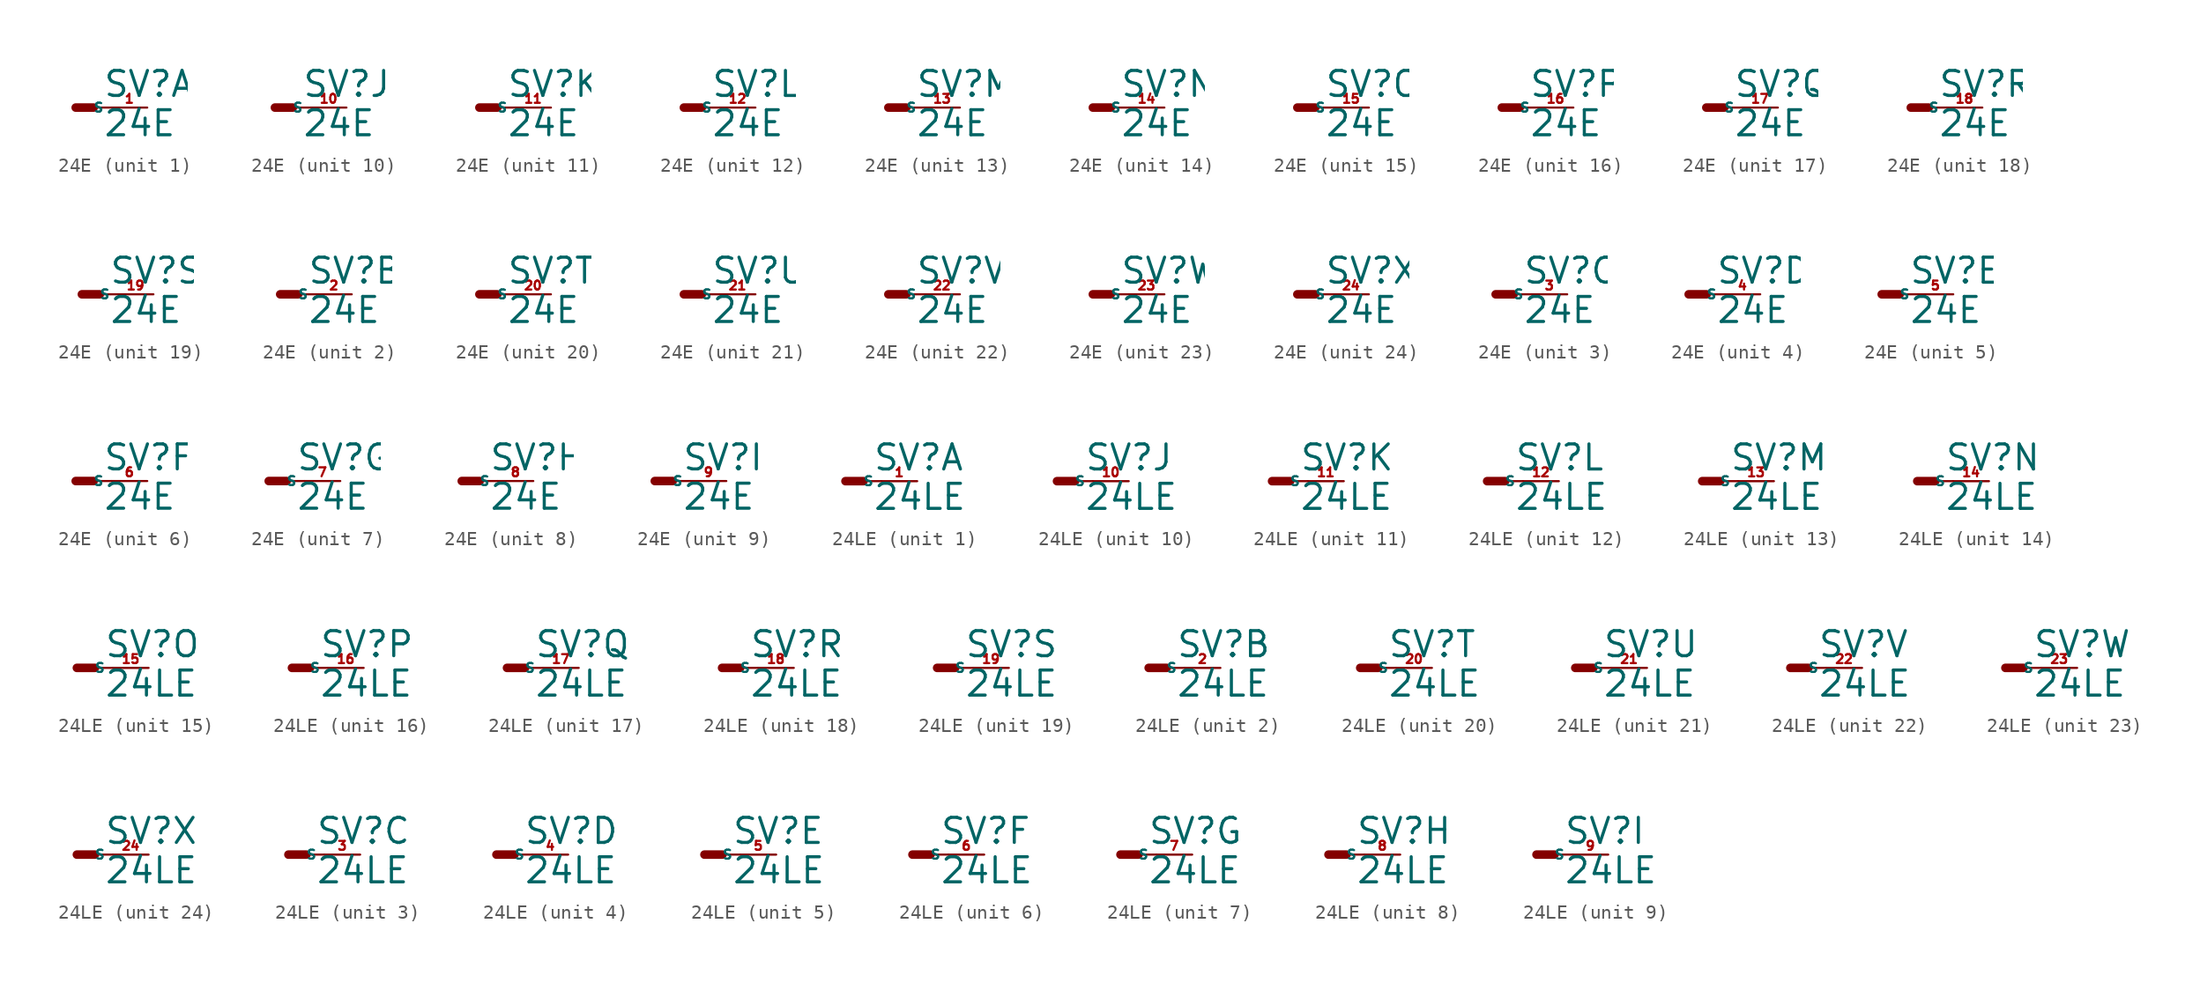
<source format=kicad_sym>
(kicad_symbol_lib
  (version 20220914)
  (generator Eagle2Kicad)
  (symbol "24E"
    (property "Reference" "SV"
      (at 1.905 0.635 0)
      (effects (font (size 1.778 1.778) (thickness 0.22)) (justify left bottom)))
    (property "Value" "24E"
      (at 1.905 -2.159 0)
      (effects (font (size 1.778 1.778) (thickness 0.22)) (justify left bottom)))
    (symbol "24E_1_0"
      (polyline (pts (xy 0 0) (xy 1.27 0)) (stroke (width 0.61) (type default)) (fill (type none)))
      (polyline (pts (xy 2.54 0) (xy 1.27 0)) (stroke (width 0.152) (type default)) (fill (type none)))
      (pin passive line (at 5.08 0 180) (length 2.54) (name "S" (effects (font (size 0.635 0.635) (thickness 0.08)) (justify left bottom))) (number "1" (effects (font (size 0.635 0.635) (thickness 0.08)) (justify left bottom)))))
    (symbol "24E_2_0"
      (polyline (pts (xy 0 0) (xy 1.27 0)) (stroke (width 0.61) (type default)) (fill (type none)))
      (polyline (pts (xy 2.54 0) (xy 1.27 0)) (stroke (width 0.152) (type default)) (fill (type none)))
      (pin passive line (at 5.08 0 180) (length 2.54) (name "S" (effects (font (size 0.635 0.635) (thickness 0.08)) (justify left bottom))) (number "2" (effects (font (size 0.635 0.635) (thickness 0.08)) (justify left bottom)))))
    (symbol "24E_3_0"
      (polyline (pts (xy 0 0) (xy 1.27 0)) (stroke (width 0.61) (type default)) (fill (type none)))
      (polyline (pts (xy 2.54 0) (xy 1.27 0)) (stroke (width 0.152) (type default)) (fill (type none)))
      (pin passive line (at 5.08 0 180) (length 2.54) (name "S" (effects (font (size 0.635 0.635) (thickness 0.08)) (justify left bottom))) (number "3" (effects (font (size 0.635 0.635) (thickness 0.08)) (justify left bottom)))))
    (symbol "24E_4_0"
      (polyline (pts (xy 0 0) (xy 1.27 0)) (stroke (width 0.61) (type default)) (fill (type none)))
      (polyline (pts (xy 2.54 0) (xy 1.27 0)) (stroke (width 0.152) (type default)) (fill (type none)))
      (pin passive line (at 5.08 0 180) (length 2.54) (name "S" (effects (font (size 0.635 0.635) (thickness 0.08)) (justify left bottom))) (number "4" (effects (font (size 0.635 0.635) (thickness 0.08)) (justify left bottom)))))
    (symbol "24E_5_0"
      (polyline (pts (xy 0 0) (xy 1.27 0)) (stroke (width 0.61) (type default)) (fill (type none)))
      (polyline (pts (xy 2.54 0) (xy 1.27 0)) (stroke (width 0.152) (type default)) (fill (type none)))
      (pin passive line (at 5.08 0 180) (length 2.54) (name "S" (effects (font (size 0.635 0.635) (thickness 0.08)) (justify left bottom))) (number "5" (effects (font (size 0.635 0.635) (thickness 0.08)) (justify left bottom)))))
    (symbol "24E_6_0"
      (polyline (pts (xy 0 0) (xy 1.27 0)) (stroke (width 0.61) (type default)) (fill (type none)))
      (polyline (pts (xy 2.54 0) (xy 1.27 0)) (stroke (width 0.152) (type default)) (fill (type none)))
      (pin passive line (at 5.08 0 180) (length 2.54) (name "S" (effects (font (size 0.635 0.635) (thickness 0.08)) (justify left bottom))) (number "6" (effects (font (size 0.635 0.635) (thickness 0.08)) (justify left bottom)))))
    (symbol "24E_7_0"
      (polyline (pts (xy 0 0) (xy 1.27 0)) (stroke (width 0.61) (type default)) (fill (type none)))
      (polyline (pts (xy 2.54 0) (xy 1.27 0)) (stroke (width 0.152) (type default)) (fill (type none)))
      (pin passive line (at 5.08 0 180) (length 2.54) (name "S" (effects (font (size 0.635 0.635) (thickness 0.08)) (justify left bottom))) (number "7" (effects (font (size 0.635 0.635) (thickness 0.08)) (justify left bottom)))))
    (symbol "24E_8_0"
      (polyline (pts (xy 0 0) (xy 1.27 0)) (stroke (width 0.61) (type default)) (fill (type none)))
      (polyline (pts (xy 2.54 0) (xy 1.27 0)) (stroke (width 0.152) (type default)) (fill (type none)))
      (pin passive line (at 5.08 0 180) (length 2.54) (name "S" (effects (font (size 0.635 0.635) (thickness 0.08)) (justify left bottom))) (number "8" (effects (font (size 0.635 0.635) (thickness 0.08)) (justify left bottom)))))
    (symbol "24E_9_0"
      (polyline (pts (xy 0 0) (xy 1.27 0)) (stroke (width 0.61) (type default)) (fill (type none)))
      (polyline (pts (xy 2.54 0) (xy 1.27 0)) (stroke (width 0.152) (type default)) (fill (type none)))
      (pin passive line (at 5.08 0 180) (length 2.54) (name "S" (effects (font (size 0.635 0.635) (thickness 0.08)) (justify left bottom))) (number "9" (effects (font (size 0.635 0.635) (thickness 0.08)) (justify left bottom)))))
    (symbol "24E_10_0"
      (polyline (pts (xy 0 0) (xy 1.27 0)) (stroke (width 0.61) (type default)) (fill (type none)))
      (polyline (pts (xy 2.54 0) (xy 1.27 0)) (stroke (width 0.152) (type default)) (fill (type none)))
      (pin passive line (at 5.08 0 180) (length 2.54) (name "S" (effects (font (size 0.635 0.635) (thickness 0.08)) (justify left bottom))) (number "10" (effects (font (size 0.635 0.635) (thickness 0.08)) (justify left bottom)))))
    (symbol "24E_11_0"
      (polyline (pts (xy 0 0) (xy 1.27 0)) (stroke (width 0.61) (type default)) (fill (type none)))
      (polyline (pts (xy 2.54 0) (xy 1.27 0)) (stroke (width 0.152) (type default)) (fill (type none)))
      (pin passive line (at 5.08 0 180) (length 2.54) (name "S" (effects (font (size 0.635 0.635) (thickness 0.08)) (justify left bottom))) (number "11" (effects (font (size 0.635 0.635) (thickness 0.08)) (justify left bottom)))))
    (symbol "24E_12_0"
      (polyline (pts (xy 0 0) (xy 1.27 0)) (stroke (width 0.61) (type default)) (fill (type none)))
      (polyline (pts (xy 2.54 0) (xy 1.27 0)) (stroke (width 0.152) (type default)) (fill (type none)))
      (pin passive line (at 5.08 0 180) (length 2.54) (name "S" (effects (font (size 0.635 0.635) (thickness 0.08)) (justify left bottom))) (number "12" (effects (font (size 0.635 0.635) (thickness 0.08)) (justify left bottom)))))
    (symbol "24E_13_0"
      (polyline (pts (xy 0 0) (xy 1.27 0)) (stroke (width 0.61) (type default)) (fill (type none)))
      (polyline (pts (xy 2.54 0) (xy 1.27 0)) (stroke (width 0.152) (type default)) (fill (type none)))
      (pin passive line (at 5.08 0 180) (length 2.54) (name "S" (effects (font (size 0.635 0.635) (thickness 0.08)) (justify left bottom))) (number "13" (effects (font (size 0.635 0.635) (thickness 0.08)) (justify left bottom)))))
    (symbol "24E_14_0"
      (polyline (pts (xy 0 0) (xy 1.27 0)) (stroke (width 0.61) (type default)) (fill (type none)))
      (polyline (pts (xy 2.54 0) (xy 1.27 0)) (stroke (width 0.152) (type default)) (fill (type none)))
      (pin passive line (at 5.08 0 180) (length 2.54) (name "S" (effects (font (size 0.635 0.635) (thickness 0.08)) (justify left bottom))) (number "14" (effects (font (size 0.635 0.635) (thickness 0.08)) (justify left bottom)))))
    (symbol "24E_15_0"
      (polyline (pts (xy 0 0) (xy 1.27 0)) (stroke (width 0.61) (type default)) (fill (type none)))
      (polyline (pts (xy 2.54 0) (xy 1.27 0)) (stroke (width 0.152) (type default)) (fill (type none)))
      (pin passive line (at 5.08 0 180) (length 2.54) (name "S" (effects (font (size 0.635 0.635) (thickness 0.08)) (justify left bottom))) (number "15" (effects (font (size 0.635 0.635) (thickness 0.08)) (justify left bottom)))))
    (symbol "24E_16_0"
      (polyline (pts (xy 0 0) (xy 1.27 0)) (stroke (width 0.61) (type default)) (fill (type none)))
      (polyline (pts (xy 2.54 0) (xy 1.27 0)) (stroke (width 0.152) (type default)) (fill (type none)))
      (pin passive line (at 5.08 0 180) (length 2.54) (name "S" (effects (font (size 0.635 0.635) (thickness 0.08)) (justify left bottom))) (number "16" (effects (font (size 0.635 0.635) (thickness 0.08)) (justify left bottom)))))
    (symbol "24E_17_0"
      (polyline (pts (xy 0 0) (xy 1.27 0)) (stroke (width 0.61) (type default)) (fill (type none)))
      (polyline (pts (xy 2.54 0) (xy 1.27 0)) (stroke (width 0.152) (type default)) (fill (type none)))
      (pin passive line (at 5.08 0 180) (length 2.54) (name "S" (effects (font (size 0.635 0.635) (thickness 0.08)) (justify left bottom))) (number "17" (effects (font (size 0.635 0.635) (thickness 0.08)) (justify left bottom)))))
    (symbol "24E_18_0"
      (polyline (pts (xy 0 0) (xy 1.27 0)) (stroke (width 0.61) (type default)) (fill (type none)))
      (polyline (pts (xy 2.54 0) (xy 1.27 0)) (stroke (width 0.152) (type default)) (fill (type none)))
      (pin passive line (at 5.08 0 180) (length 2.54) (name "S" (effects (font (size 0.635 0.635) (thickness 0.08)) (justify left bottom))) (number "18" (effects (font (size 0.635 0.635) (thickness 0.08)) (justify left bottom)))))
    (symbol "24E_19_0"
      (polyline (pts (xy 0 0) (xy 1.27 0)) (stroke (width 0.61) (type default)) (fill (type none)))
      (polyline (pts (xy 2.54 0) (xy 1.27 0)) (stroke (width 0.152) (type default)) (fill (type none)))
      (pin passive line (at 5.08 0 180) (length 2.54) (name "S" (effects (font (size 0.635 0.635) (thickness 0.08)) (justify left bottom))) (number "19" (effects (font (size 0.635 0.635) (thickness 0.08)) (justify left bottom)))))
    (symbol "24E_20_0"
      (polyline (pts (xy 0 0) (xy 1.27 0)) (stroke (width 0.61) (type default)) (fill (type none)))
      (polyline (pts (xy 2.54 0) (xy 1.27 0)) (stroke (width 0.152) (type default)) (fill (type none)))
      (pin passive line (at 5.08 0 180) (length 2.54) (name "S" (effects (font (size 0.635 0.635) (thickness 0.08)) (justify left bottom))) (number "20" (effects (font (size 0.635 0.635) (thickness 0.08)) (justify left bottom)))))
    (symbol "24E_21_0"
      (polyline (pts (xy 0 0) (xy 1.27 0)) (stroke (width 0.61) (type default)) (fill (type none)))
      (polyline (pts (xy 2.54 0) (xy 1.27 0)) (stroke (width 0.152) (type default)) (fill (type none)))
      (pin passive line (at 5.08 0 180) (length 2.54) (name "S" (effects (font (size 0.635 0.635) (thickness 0.08)) (justify left bottom))) (number "21" (effects (font (size 0.635 0.635) (thickness 0.08)) (justify left bottom)))))
    (symbol "24E_22_0"
      (polyline (pts (xy 0 0) (xy 1.27 0)) (stroke (width 0.61) (type default)) (fill (type none)))
      (polyline (pts (xy 2.54 0) (xy 1.27 0)) (stroke (width 0.152) (type default)) (fill (type none)))
      (pin passive line (at 5.08 0 180) (length 2.54) (name "S" (effects (font (size 0.635 0.635) (thickness 0.08)) (justify left bottom))) (number "22" (effects (font (size 0.635 0.635) (thickness 0.08)) (justify left bottom)))))
    (symbol "24E_23_0"
      (polyline (pts (xy 0 0) (xy 1.27 0)) (stroke (width 0.61) (type default)) (fill (type none)))
      (polyline (pts (xy 2.54 0) (xy 1.27 0)) (stroke (width 0.152) (type default)) (fill (type none)))
      (pin passive line (at 5.08 0 180) (length 2.54) (name "S" (effects (font (size 0.635 0.635) (thickness 0.08)) (justify left bottom))) (number "23" (effects (font (size 0.635 0.635) (thickness 0.08)) (justify left bottom)))))
    (symbol "24E_24_0"
      (polyline (pts (xy 0 0) (xy 1.27 0)) (stroke (width 0.61) (type default)) (fill (type none)))
      (polyline (pts (xy 2.54 0) (xy 1.27 0)) (stroke (width 0.152) (type default)) (fill (type none)))
      (pin passive line (at 5.08 0 180) (length 2.54) (name "S" (effects (font (size 0.635 0.635) (thickness 0.08)) (justify left bottom))) (number "24" (effects (font (size 0.635 0.635) (thickness 0.08)) (justify left bottom))))))
  (symbol "24LE"
    (property "Reference" "SV"
      (at 1.905 0.635 0)
      (effects (font (size 1.778 1.778) (thickness 0.22)) (justify left bottom)))
    (property "Value" "24LE"
      (at 1.905 -2.159 0)
      (effects (font (size 1.778 1.778) (thickness 0.22)) (justify left bottom)))
    (symbol "24LE_1_0"
      (polyline (pts (xy 0 0) (xy 1.27 0)) (stroke (width 0.61) (type default)) (fill (type none)))
      (polyline (pts (xy 2.54 0) (xy 1.27 0)) (stroke (width 0.152) (type default)) (fill (type none)))
      (pin passive line (at 5.08 0 180) (length 2.54) (name "S" (effects (font (size 0.635 0.635) (thickness 0.08)) (justify left bottom))) (number "1" (effects (font (size 0.635 0.635) (thickness 0.08)) (justify left bottom)))))
    (symbol "24LE_2_0"
      (polyline (pts (xy 0 0) (xy 1.27 0)) (stroke (width 0.61) (type default)) (fill (type none)))
      (polyline (pts (xy 2.54 0) (xy 1.27 0)) (stroke (width 0.152) (type default)) (fill (type none)))
      (pin passive line (at 5.08 0 180) (length 2.54) (name "S" (effects (font (size 0.635 0.635) (thickness 0.08)) (justify left bottom))) (number "2" (effects (font (size 0.635 0.635) (thickness 0.08)) (justify left bottom)))))
    (symbol "24LE_3_0"
      (polyline (pts (xy 0 0) (xy 1.27 0)) (stroke (width 0.61) (type default)) (fill (type none)))
      (polyline (pts (xy 2.54 0) (xy 1.27 0)) (stroke (width 0.152) (type default)) (fill (type none)))
      (pin passive line (at 5.08 0 180) (length 2.54) (name "S" (effects (font (size 0.635 0.635) (thickness 0.08)) (justify left bottom))) (number "3" (effects (font (size 0.635 0.635) (thickness 0.08)) (justify left bottom)))))
    (symbol "24LE_4_0"
      (polyline (pts (xy 0 0) (xy 1.27 0)) (stroke (width 0.61) (type default)) (fill (type none)))
      (polyline (pts (xy 2.54 0) (xy 1.27 0)) (stroke (width 0.152) (type default)) (fill (type none)))
      (pin passive line (at 5.08 0 180) (length 2.54) (name "S" (effects (font (size 0.635 0.635) (thickness 0.08)) (justify left bottom))) (number "4" (effects (font (size 0.635 0.635) (thickness 0.08)) (justify left bottom)))))
    (symbol "24LE_5_0"
      (polyline (pts (xy 0 0) (xy 1.27 0)) (stroke (width 0.61) (type default)) (fill (type none)))
      (polyline (pts (xy 2.54 0) (xy 1.27 0)) (stroke (width 0.152) (type default)) (fill (type none)))
      (pin passive line (at 5.08 0 180) (length 2.54) (name "S" (effects (font (size 0.635 0.635) (thickness 0.08)) (justify left bottom))) (number "5" (effects (font (size 0.635 0.635) (thickness 0.08)) (justify left bottom)))))
    (symbol "24LE_6_0"
      (polyline (pts (xy 0 0) (xy 1.27 0)) (stroke (width 0.61) (type default)) (fill (type none)))
      (polyline (pts (xy 2.54 0) (xy 1.27 0)) (stroke (width 0.152) (type default)) (fill (type none)))
      (pin passive line (at 5.08 0 180) (length 2.54) (name "S" (effects (font (size 0.635 0.635) (thickness 0.08)) (justify left bottom))) (number "6" (effects (font (size 0.635 0.635) (thickness 0.08)) (justify left bottom)))))
    (symbol "24LE_7_0"
      (polyline (pts (xy 0 0) (xy 1.27 0)) (stroke (width 0.61) (type default)) (fill (type none)))
      (polyline (pts (xy 2.54 0) (xy 1.27 0)) (stroke (width 0.152) (type default)) (fill (type none)))
      (pin passive line (at 5.08 0 180) (length 2.54) (name "S" (effects (font (size 0.635 0.635) (thickness 0.08)) (justify left bottom))) (number "7" (effects (font (size 0.635 0.635) (thickness 0.08)) (justify left bottom)))))
    (symbol "24LE_8_0"
      (polyline (pts (xy 0 0) (xy 1.27 0)) (stroke (width 0.61) (type default)) (fill (type none)))
      (polyline (pts (xy 2.54 0) (xy 1.27 0)) (stroke (width 0.152) (type default)) (fill (type none)))
      (pin passive line (at 5.08 0 180) (length 2.54) (name "S" (effects (font (size 0.635 0.635) (thickness 0.08)) (justify left bottom))) (number "8" (effects (font (size 0.635 0.635) (thickness 0.08)) (justify left bottom)))))
    (symbol "24LE_9_0"
      (polyline (pts (xy 0 0) (xy 1.27 0)) (stroke (width 0.61) (type default)) (fill (type none)))
      (polyline (pts (xy 2.54 0) (xy 1.27 0)) (stroke (width 0.152) (type default)) (fill (type none)))
      (pin passive line (at 5.08 0 180) (length 2.54) (name "S" (effects (font (size 0.635 0.635) (thickness 0.08)) (justify left bottom))) (number "9" (effects (font (size 0.635 0.635) (thickness 0.08)) (justify left bottom)))))
    (symbol "24LE_10_0"
      (polyline (pts (xy 0 0) (xy 1.27 0)) (stroke (width 0.61) (type default)) (fill (type none)))
      (polyline (pts (xy 2.54 0) (xy 1.27 0)) (stroke (width 0.152) (type default)) (fill (type none)))
      (pin passive line (at 5.08 0 180) (length 2.54) (name "S" (effects (font (size 0.635 0.635) (thickness 0.08)) (justify left bottom))) (number "10" (effects (font (size 0.635 0.635) (thickness 0.08)) (justify left bottom)))))
    (symbol "24LE_11_0"
      (polyline (pts (xy 0 0) (xy 1.27 0)) (stroke (width 0.61) (type default)) (fill (type none)))
      (polyline (pts (xy 2.54 0) (xy 1.27 0)) (stroke (width 0.152) (type default)) (fill (type none)))
      (pin passive line (at 5.08 0 180) (length 2.54) (name "S" (effects (font (size 0.635 0.635) (thickness 0.08)) (justify left bottom))) (number "11" (effects (font (size 0.635 0.635) (thickness 0.08)) (justify left bottom)))))
    (symbol "24LE_12_0"
      (polyline (pts (xy 0 0) (xy 1.27 0)) (stroke (width 0.61) (type default)) (fill (type none)))
      (polyline (pts (xy 2.54 0) (xy 1.27 0)) (stroke (width 0.152) (type default)) (fill (type none)))
      (pin passive line (at 5.08 0 180) (length 2.54) (name "S" (effects (font (size 0.635 0.635) (thickness 0.08)) (justify left bottom))) (number "12" (effects (font (size 0.635 0.635) (thickness 0.08)) (justify left bottom)))))
    (symbol "24LE_13_0"
      (polyline (pts (xy 0 0) (xy 1.27 0)) (stroke (width 0.61) (type default)) (fill (type none)))
      (polyline (pts (xy 2.54 0) (xy 1.27 0)) (stroke (width 0.152) (type default)) (fill (type none)))
      (pin passive line (at 5.08 0 180) (length 2.54) (name "S" (effects (font (size 0.635 0.635) (thickness 0.08)) (justify left bottom))) (number "13" (effects (font (size 0.635 0.635) (thickness 0.08)) (justify left bottom)))))
    (symbol "24LE_14_0"
      (polyline (pts (xy 0 0) (xy 1.27 0)) (stroke (width 0.61) (type default)) (fill (type none)))
      (polyline (pts (xy 2.54 0) (xy 1.27 0)) (stroke (width 0.152) (type default)) (fill (type none)))
      (pin passive line (at 5.08 0 180) (length 2.54) (name "S" (effects (font (size 0.635 0.635) (thickness 0.08)) (justify left bottom))) (number "14" (effects (font (size 0.635 0.635) (thickness 0.08)) (justify left bottom)))))
    (symbol "24LE_15_0"
      (polyline (pts (xy 0 0) (xy 1.27 0)) (stroke (width 0.61) (type default)) (fill (type none)))
      (polyline (pts (xy 2.54 0) (xy 1.27 0)) (stroke (width 0.152) (type default)) (fill (type none)))
      (pin passive line (at 5.08 0 180) (length 2.54) (name "S" (effects (font (size 0.635 0.635) (thickness 0.08)) (justify left bottom))) (number "15" (effects (font (size 0.635 0.635) (thickness 0.08)) (justify left bottom)))))
    (symbol "24LE_16_0"
      (polyline (pts (xy 0 0) (xy 1.27 0)) (stroke (width 0.61) (type default)) (fill (type none)))
      (polyline (pts (xy 2.54 0) (xy 1.27 0)) (stroke (width 0.152) (type default)) (fill (type none)))
      (pin passive line (at 5.08 0 180) (length 2.54) (name "S" (effects (font (size 0.635 0.635) (thickness 0.08)) (justify left bottom))) (number "16" (effects (font (size 0.635 0.635) (thickness 0.08)) (justify left bottom)))))
    (symbol "24LE_17_0"
      (polyline (pts (xy 0 0) (xy 1.27 0)) (stroke (width 0.61) (type default)) (fill (type none)))
      (polyline (pts (xy 2.54 0) (xy 1.27 0)) (stroke (width 0.152) (type default)) (fill (type none)))
      (pin passive line (at 5.08 0 180) (length 2.54) (name "S" (effects (font (size 0.635 0.635) (thickness 0.08)) (justify left bottom))) (number "17" (effects (font (size 0.635 0.635) (thickness 0.08)) (justify left bottom)))))
    (symbol "24LE_18_0"
      (polyline (pts (xy 0 0) (xy 1.27 0)) (stroke (width 0.61) (type default)) (fill (type none)))
      (polyline (pts (xy 2.54 0) (xy 1.27 0)) (stroke (width 0.152) (type default)) (fill (type none)))
      (pin passive line (at 5.08 0 180) (length 2.54) (name "S" (effects (font (size 0.635 0.635) (thickness 0.08)) (justify left bottom))) (number "18" (effects (font (size 0.635 0.635) (thickness 0.08)) (justify left bottom)))))
    (symbol "24LE_19_0"
      (polyline (pts (xy 0 0) (xy 1.27 0)) (stroke (width 0.61) (type default)) (fill (type none)))
      (polyline (pts (xy 2.54 0) (xy 1.27 0)) (stroke (width 0.152) (type default)) (fill (type none)))
      (pin passive line (at 5.08 0 180) (length 2.54) (name "S" (effects (font (size 0.635 0.635) (thickness 0.08)) (justify left bottom))) (number "19" (effects (font (size 0.635 0.635) (thickness 0.08)) (justify left bottom)))))
    (symbol "24LE_20_0"
      (polyline (pts (xy 0 0) (xy 1.27 0)) (stroke (width 0.61) (type default)) (fill (type none)))
      (polyline (pts (xy 2.54 0) (xy 1.27 0)) (stroke (width 0.152) (type default)) (fill (type none)))
      (pin passive line (at 5.08 0 180) (length 2.54) (name "S" (effects (font (size 0.635 0.635) (thickness 0.08)) (justify left bottom))) (number "20" (effects (font (size 0.635 0.635) (thickness 0.08)) (justify left bottom)))))
    (symbol "24LE_21_0"
      (polyline (pts (xy 0 0) (xy 1.27 0)) (stroke (width 0.61) (type default)) (fill (type none)))
      (polyline (pts (xy 2.54 0) (xy 1.27 0)) (stroke (width 0.152) (type default)) (fill (type none)))
      (pin passive line (at 5.08 0 180) (length 2.54) (name "S" (effects (font (size 0.635 0.635) (thickness 0.08)) (justify left bottom))) (number "21" (effects (font (size 0.635 0.635) (thickness 0.08)) (justify left bottom)))))
    (symbol "24LE_22_0"
      (polyline (pts (xy 0 0) (xy 1.27 0)) (stroke (width 0.61) (type default)) (fill (type none)))
      (polyline (pts (xy 2.54 0) (xy 1.27 0)) (stroke (width 0.152) (type default)) (fill (type none)))
      (pin passive line (at 5.08 0 180) (length 2.54) (name "S" (effects (font (size 0.635 0.635) (thickness 0.08)) (justify left bottom))) (number "22" (effects (font (size 0.635 0.635) (thickness 0.08)) (justify left bottom)))))
    (symbol "24LE_23_0"
      (polyline (pts (xy 0 0) (xy 1.27 0)) (stroke (width 0.61) (type default)) (fill (type none)))
      (polyline (pts (xy 2.54 0) (xy 1.27 0)) (stroke (width 0.152) (type default)) (fill (type none)))
      (pin passive line (at 5.08 0 180) (length 2.54) (name "S" (effects (font (size 0.635 0.635) (thickness 0.08)) (justify left bottom))) (number "23" (effects (font (size 0.635 0.635) (thickness 0.08)) (justify left bottom)))))
    (symbol "24LE_24_0"
      (polyline (pts (xy 0 0) (xy 1.27 0)) (stroke (width 0.61) (type default)) (fill (type none)))
      (polyline (pts (xy 2.54 0) (xy 1.27 0)) (stroke (width 0.152) (type default)) (fill (type none)))
      (pin passive line (at 5.08 0 180) (length 2.54) (name "S" (effects (font (size 0.635 0.635) (thickness 0.08)) (justify left bottom))) (number "24" (effects (font (size 0.635 0.635) (thickness 0.08)) (justify left bottom)))))))
</source>
